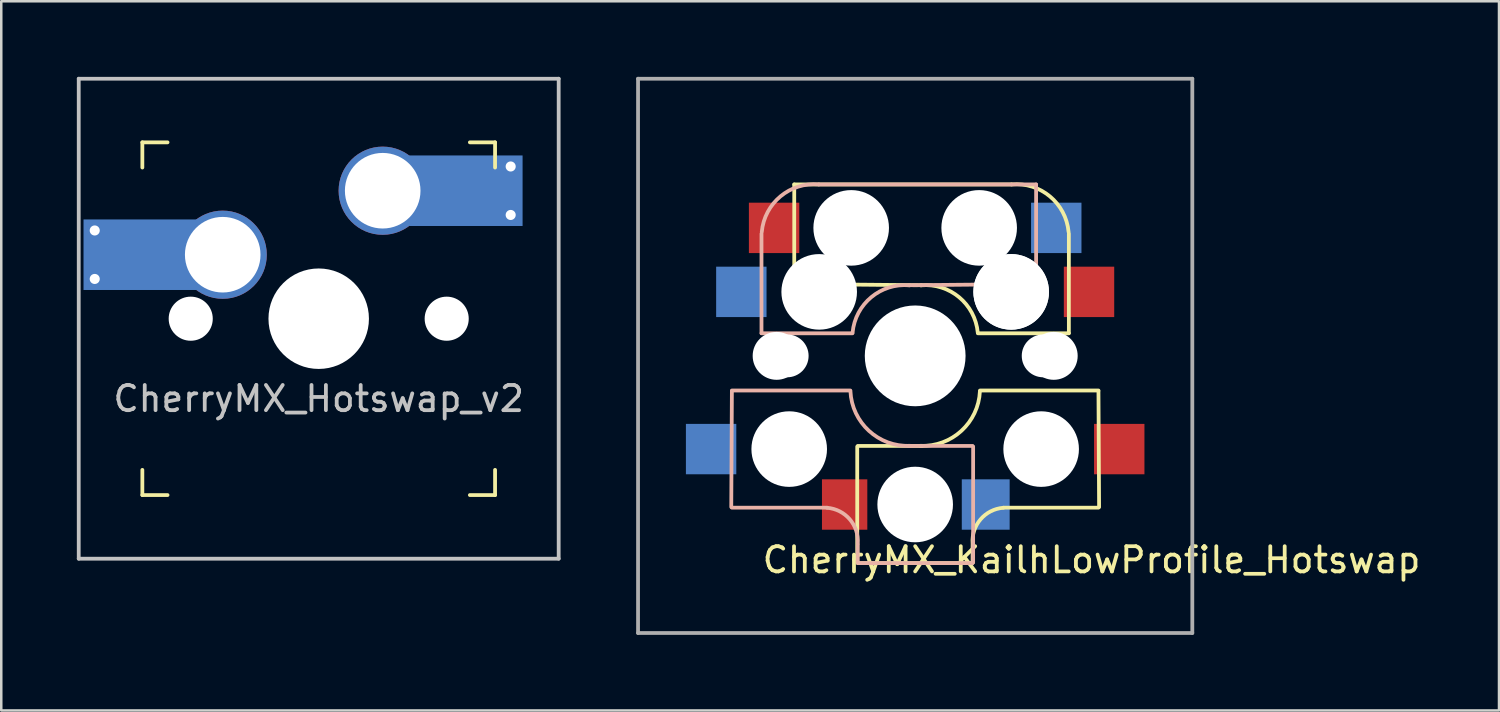
<source format=kicad_pcb>
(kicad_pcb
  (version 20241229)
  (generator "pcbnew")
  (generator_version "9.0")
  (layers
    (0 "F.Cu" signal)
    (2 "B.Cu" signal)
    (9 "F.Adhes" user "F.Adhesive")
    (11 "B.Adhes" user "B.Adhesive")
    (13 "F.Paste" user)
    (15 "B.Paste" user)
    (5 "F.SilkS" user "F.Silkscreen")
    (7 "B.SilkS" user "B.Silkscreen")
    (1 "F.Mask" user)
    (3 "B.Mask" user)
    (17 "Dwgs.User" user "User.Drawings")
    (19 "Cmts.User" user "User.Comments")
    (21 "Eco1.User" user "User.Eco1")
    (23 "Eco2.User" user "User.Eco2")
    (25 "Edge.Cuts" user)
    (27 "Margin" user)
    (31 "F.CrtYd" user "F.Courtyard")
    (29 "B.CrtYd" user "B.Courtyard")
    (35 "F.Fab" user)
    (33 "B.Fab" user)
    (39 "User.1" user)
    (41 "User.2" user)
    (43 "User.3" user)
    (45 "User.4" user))
  (footprint "CherryMX_Hotswap_v2"
    (layer "F.Cu")
    (at 9.6 9.6)
    (property "Reference" "CherryMX_Hotswap_v2" (at 0 3.175 0) (layer "Dwgs.User") (effects (font (size 1 1) (thickness 0.15))))
    (attr through_hole)
    (fp_line (start -7 -7) (end -7 -6) (stroke (width 0.15) (type solid)) (layer "F.SilkS"))
    (fp_line (start -7 6) (end -7 7) (stroke (width 0.15) (type solid)) (layer "F.SilkS"))
    (fp_line (start -7 7) (end -6 7) (stroke (width 0.15) (type solid)) (layer "F.SilkS"))
    (fp_line (start -6 -7) (end -7 -7) (stroke (width 0.15) (type solid)) (layer "F.SilkS"))
    (fp_line (start 6 -7) (end 7 -7) (stroke (width 0.15) (type solid)) (layer "F.SilkS"))
    (fp_line (start 6 7) (end 7 7) (stroke (width 0.15) (type solid)) (layer "F.SilkS"))
    (fp_line (start 7 -7) (end 7 -6) (stroke (width 0.15) (type solid)) (layer "F.SilkS"))
    (fp_line (start 7 7) (end 7 6) (stroke (width 0.15) (type solid)) (layer "F.SilkS"))
    (fp_line (start -9.525 -9.525) (end 9.525 -9.525) (stroke (width 0.15) (type solid)) (layer "Dwgs.User"))
    (fp_line (start -9.525 9.525) (end -9.525 -9.525) (stroke (width 0.15) (type solid)) (layer "Dwgs.User"))
    (fp_line (start 9.525 -9.525) (end 9.525 9.525) (stroke (width 0.15) (type solid)) (layer "Dwgs.User"))
    (fp_line (start 9.525 9.525) (end -9.525 9.525) (stroke (width 0.15) (type solid)) (layer "Dwgs.User"))
    (pad "" smd rect (at -7.085 -2.54) (size 2.55 2.8) (layers "B.Mask" "B.Paste"))
    (pad "" np_thru_hole circle (at -5.08 0 48.1) (size 1.75 1.75) (drill 1.75) (layers "*.Cu" "*.Mask"))
    (pad "" np_thru_hole circle (at 0 0) (size 3.988 3.988) (drill 3.988) (layers "*.Cu" "*.Mask"))
    (pad "" np_thru_hole circle (at 5.08 0 48.1) (size 1.75 1.75) (drill 1.75) (layers "*.Cu" "*.Mask"))
    (pad "" smd rect (at 5.815 -5.08) (size 2.55 2.8) (layers "B.Mask" "B.Paste"))
    (pad "1" thru_hole circle (at -8.89 -3.502) (size 0.8 0.8) (drill 0.4) (layers "*.Cu"))
    (pad "1" thru_hole circle (at -8.89 -1.578) (size 0.8 0.8) (drill 0.4) (layers "*.Cu"))
    (pad "1" smd rect (at -7.085 -2.54) (size 4.5 2.8) (layers "B.Cu"))
    (pad "1" thru_hole circle (at -3.81 -2.54) (size 3.5 3.5) (drill 3) (layers "*.Cu"))
    (pad "2" thru_hole circle (at 2.54 -5.08) (size 3.5 3.5) (drill 3) (layers "*.Cu"))
    (pad "2" smd rect (at 5.842 -5.08) (size 4.5 2.8) (layers "B.Cu"))
    (pad "2" thru_hole circle (at 7.62 -6.042) (size 0.8 0.8) (drill 0.4) (layers "*.Cu"))
    (pad "2" thru_hole circle (at 7.62 -4.118) (size 0.8 0.8) (drill 0.4) (layers "*.Cu")))
  (footprint "CherryMX_KailhLowProfile_Hotswap"
    (layer "F.Cu")
    (at 33.275 11.075)
    (property "Reference" "CherryMX_KailhLowProfile_Hotswap" (at 7 8.1 0) (layer "F.SilkS") (effects (font (size 1 1) (thickness 0.15))))
    (attr through_hole)
    (fp_line (start -4.8 -6.804) (end 3.825 -6.804) (stroke (width 0.15) (type solid)) (layer "F.SilkS"))
    (fp_line (start -4.8 -2.896) (end -4.8 -6.804) (stroke (width 0.15) (type solid)) (layer "F.SilkS"))
    (fp_line (start -4.8 -2.85) (end 0.25 -2.804) (stroke (width 0.15) (type solid)) (layer "F.SilkS"))
    (fp_line (start -2.3 3.6) (end -2.3 8.2) (stroke (width 0.15) (type solid)) (layer "F.SilkS"))
    (fp_line (start -2.275 3.575) (end 0.275 3.575) (stroke (width 0.15) (type solid)) (layer "F.SilkS"))
    (fp_line (start -2.275 8.225) (end 2.275 8.225) (stroke (width 0.15) (type solid)) (layer "F.SilkS"))
    (fp_line (start 2.28 7.5) (end 2.28 8.2) (stroke (width 0.15) (type solid)) (layer "F.SilkS"))
    (fp_line (start 2.575 1.375) (end 7.275 1.375) (stroke (width 0.15) (type solid)) (layer "F.SilkS"))
    (fp_line (start 3.5 6.025) (end 7.275 6.025) (stroke (width 0.15) (type solid)) (layer "F.SilkS"))
    (fp_line (start 6.1 -4.85) (end 6.1 -0.905) (stroke (width 0.15) (type solid)) (layer "F.SilkS"))
    (fp_line (start 6.1 -0.896) (end 2.49 -0.896) (stroke (width 0.15) (type solid)) (layer "F.SilkS"))
    (fp_line (start 7.275 1.4) (end 7.3 6) (stroke (width 0.15) (type solid)) (layer "F.SilkS"))
    (fp_arc (start 0.225 -2.8) (mid 1.744361 -2.328061) (end 2.485 -0.92) (stroke (width 0.15) (type solid)) (layer "F.SilkS"))
    (fp_arc (start 2.28 7.45) (mid 2.595908 6.48733) (end 3.5 6.03) (stroke (width 0.15) (type solid)) (layer "F.SilkS"))
    (fp_arc (start 2.57 1.4) (mid 1.834422 2.975843) (end 0.2 3.57) (stroke (width 0.15) (type solid)) (layer "F.SilkS"))
    (fp_arc (start 3.825 -6.804) (mid 5.347189 -6.33089) (end 6.089 -4.92) (stroke (width 0.15) (type solid)) (layer "F.SilkS"))
    (fp_line (start -7.275 1.4) (end -7.3 6) (stroke (width 0.15) (type solid)) (layer "B.SilkS"))
    (fp_line (start -6.1 -4.85) (end -6.1 -0.905) (stroke (width 0.15) (type solid)) (layer "B.SilkS"))
    (fp_line (start -6.1 -0.896) (end -2.49 -0.896) (stroke (width 0.15) (type solid)) (layer "B.SilkS"))
    (fp_line (start -3.5 6.025) (end -7.275 6.025) (stroke (width 0.15) (type solid)) (layer "B.SilkS"))
    (fp_line (start -2.575 1.375) (end -7.275 1.375) (stroke (width 0.15) (type solid)) (layer "B.SilkS"))
    (fp_line (start -2.28 7.5) (end -2.28 8.2) (stroke (width 0.15) (type solid)) (layer "B.SilkS"))
    (fp_line (start 2.275 3.575) (end -0.275 3.575) (stroke (width 0.15) (type solid)) (layer "B.SilkS"))
    (fp_line (start 2.275 8.225) (end -2.275 8.225) (stroke (width 0.15) (type solid)) (layer "B.SilkS"))
    (fp_line (start 2.3 3.6) (end 2.3 8.2) (stroke (width 0.15) (type solid)) (layer "B.SilkS"))
    (fp_line (start 4.8 -6.804) (end -3.825 -6.804) (stroke (width 0.15) (type solid)) (layer "B.SilkS"))
    (fp_line (start 4.8 -2.896) (end 4.8 -6.804) (stroke (width 0.15) (type solid)) (layer "B.SilkS"))
    (fp_line (start 4.8 -2.85) (end -0.25 -2.804) (stroke (width 0.15) (type solid)) (layer "B.SilkS"))
    (fp_arc (start -6.089 -4.92) (mid -5.347189 -6.33089) (end -3.825 -6.804) (stroke (width 0.15) (type solid)) (layer "B.SilkS"))
    (fp_arc (start -3.5 6.03) (mid -2.595908 6.48733) (end -2.28 7.45) (stroke (width 0.15) (type solid)) (layer "B.SilkS"))
    (fp_arc (start -2.485 -0.92) (mid -1.744361 -2.328061) (end -0.225 -2.8) (stroke (width 0.15) (type solid)) (layer "B.SilkS"))
    (fp_arc (start -0.2 3.57) (mid -1.834422 2.975843) (end -2.57 1.4) (stroke (width 0.15) (type solid)) (layer "B.SilkS"))
    (fp_line (start -9 -9) (end 9 -9) (stroke (width 0.15) (type solid)) (layer "Eco2.User"))
    (fp_line (start -9 9) (end -9 -9) (stroke (width 0.15) (type solid)) (layer "Eco2.User"))
    (fp_line (start -7 -7) (end 7 -7) (stroke (width 0.15) (type solid)) (layer "Eco2.User"))
    (fp_line (start -7 7) (end -7 -7) (stroke (width 0.15) (type solid)) (layer "Eco2.User"))
    (fp_line (start 7 -7) (end 7 7) (stroke (width 0.15) (type solid)) (layer "Eco2.User"))
    (fp_line (start 7 7) (end -7 7) (stroke (width 0.15) (type solid)) (layer "Eco2.User"))
    (fp_line (start 9 -9) (end 9 9) (stroke (width 0.15) (type solid)) (layer "Eco2.User"))
    (fp_line (start 9 9) (end -9 9) (stroke (width 0.15) (type solid)) (layer "Eco2.User"))
    (fp_line (start -11 -11) (end -11 11) (stroke (width 0.15) (type solid)) (layer "F.Fab"))
    (fp_line (start -11 11) (end 11 11) (stroke (width 0.15) (type solid)) (layer "F.Fab"))
    (fp_line (start 11 -11) (end -11 -11) (stroke (width 0.15) (type solid)) (layer "F.Fab"))
    (fp_line (start 11 11) (end 11 -11) (stroke (width 0.15) (type solid)) (layer "F.Fab"))
    (pad "" np_thru_hole circle (at -5.5 0 90) (size 1.9 1.9) (drill 1.9) (layers "*.Cu" "*.Mask"))
    (pad "" np_thru_hole circle (at -5.08 0) (size 1.7 1.7) (drill 1.7) (layers "*.Cu" "*.Mask"))
    (pad "" np_thru_hole circle (at -5 3.7 90) (size 3 3) (drill 3) (layers "*.Cu" "*.Mask"))
    (pad "" np_thru_hole circle (at -3.825 -2.58 180) (size 0.1 0.1) (drill 0.1) (layers "*.Cu" "*.Mask"))
    (pad "" np_thru_hole circle (at -3.81 -2.54 180) (size 3 3) (drill 3) (layers "*.Cu" "*.Mask"))
    (pad "" np_thru_hole circle (at -2.54 -5.08 180) (size 3 3) (drill 3) (layers "*.Cu" "*.Mask"))
    (pad "" np_thru_hole circle (at 0 0 90) (size 4 4) (drill 4) (layers "*.Cu" "*.Mask"))
    (pad "" np_thru_hole circle (at 0 5.9 90) (size 3 3) (drill 3) (layers "*.Cu" "*.Mask"))
    (pad "" np_thru_hole circle (at 2.54 -5.08 180) (size 3 3) (drill 3) (layers "*.Cu" "*.Mask"))
    (pad "" np_thru_hole circle (at 3.81 -2.54 180) (size 3 3) (drill 3) (layers "*.Cu" "*.Mask"))
    (pad "" np_thru_hole circle (at 3.81 -2.54 180) (size 3 3) (drill 3) (layers "*.Cu" "*.Mask"))
    (pad "" np_thru_hole circle (at 3.825 -2.58 180) (size 0.1 0.1) (drill 0.1) (layers "*.Cu" "*.Mask"))
    (pad "" np_thru_hole circle (at 5 3.7 270) (size 3 3) (drill 3) (layers "*.Cu" "*.Mask"))
    (pad "" np_thru_hole circle (at 5.08 0) (size 1.7 1.7) (drill 1.7) (layers "*.Cu" "*.Mask"))
    (pad "" np_thru_hole circle (at 5.5 0 90) (size 1.9 1.9) (drill 1.9) (layers "*.Cu" "*.Mask"))
    (pad "1" smd rect (at -8.1 3.7 180) (size 2 2) (layers "B.Cu" "B.Mask" "B.Paste"))
    (pad "1" smd rect (at -6.9 -2.54 180) (size 2 2) (layers "B.Cu" "B.Mask" "B.Paste"))
    (pad "1" smd rect (at -5.6 -5.08 180) (size 2 2) (layers "F.Cu" "F.Mask" "F.Paste"))
    (pad "1" smd rect (at 8.1 3.7 180) (size 2 2) (layers "F.Cu" "F.Mask" "F.Paste"))
    (pad "2" smd rect (at -2.8 5.9 180) (size 1.8 2) (layers "F.Cu" "F.Mask" "F.Paste"))
    (pad "2" smd rect (at 2.8 5.9 180) (size 1.9 2) (layers "B.Cu" "B.Mask" "B.Paste"))
    (pad "2" smd rect (at 5.6 -5.08 180) (size 2 2) (layers "B.Cu" "B.Mask" "B.Paste"))
    (pad "2" smd rect (at 6.9 -2.54 180) (size 2 2) (layers "F.Cu" "F.Mask" "F.Paste")))
  (gr_rect
    (start -3 -3)
    (end 56.448 25.15)
    (stroke (width 0.1) (type default))
    (fill no)
    (layer "Edge.Cuts")))
</source>
